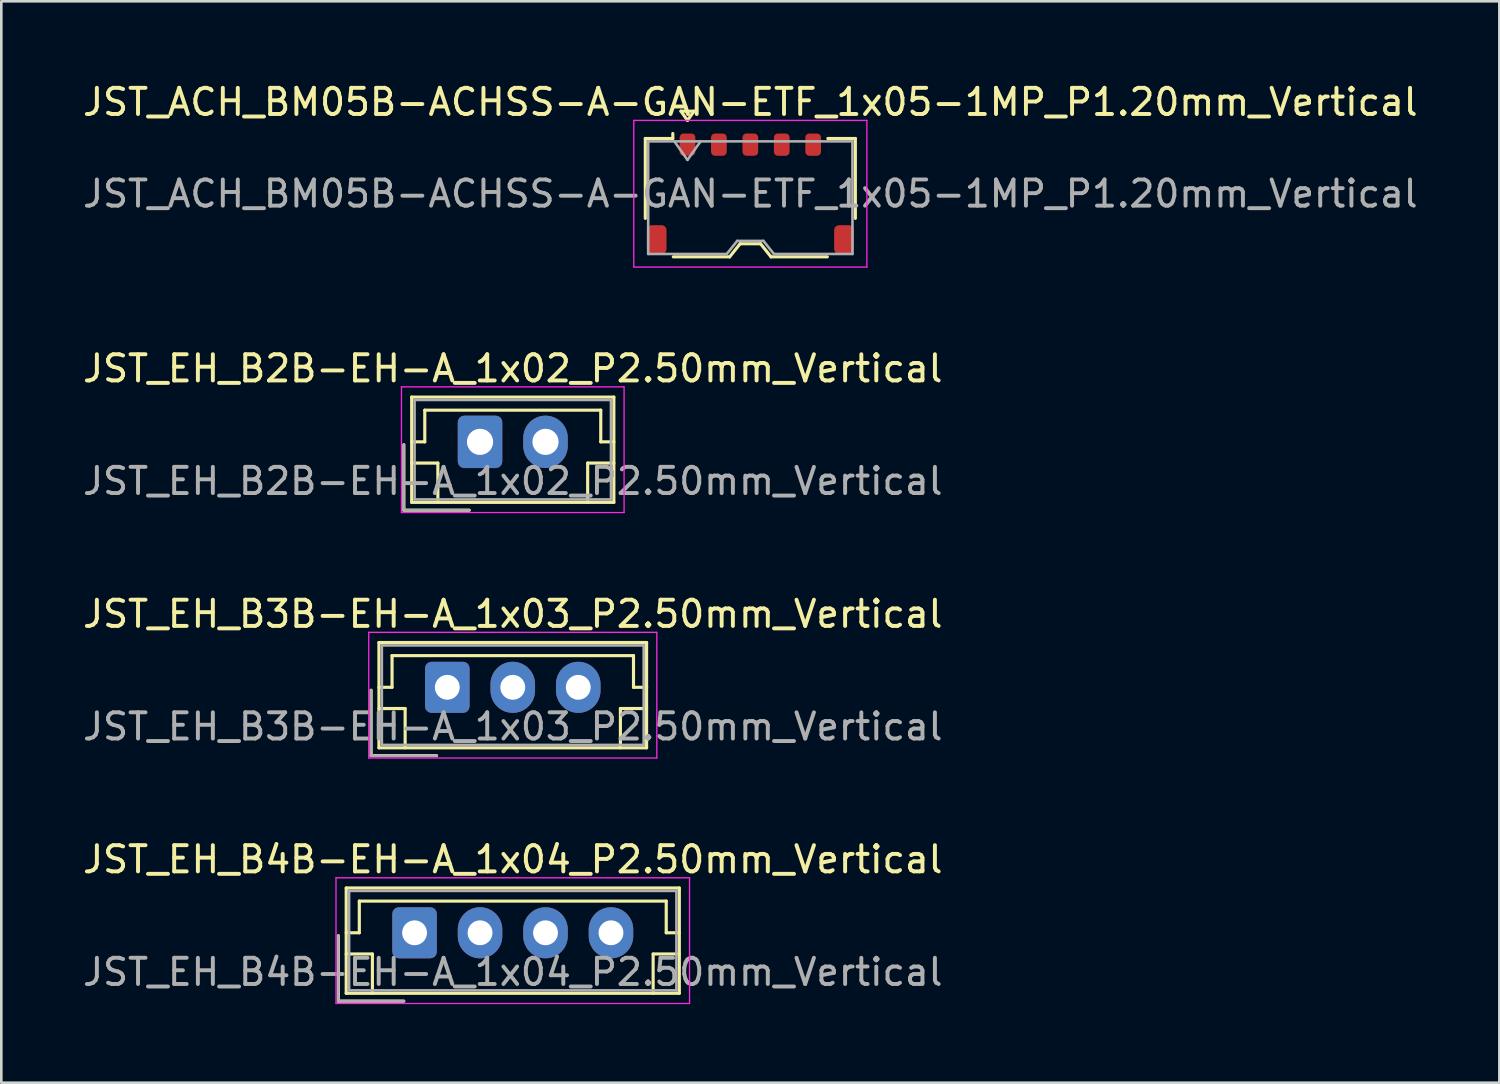
<source format=kicad_pcb>
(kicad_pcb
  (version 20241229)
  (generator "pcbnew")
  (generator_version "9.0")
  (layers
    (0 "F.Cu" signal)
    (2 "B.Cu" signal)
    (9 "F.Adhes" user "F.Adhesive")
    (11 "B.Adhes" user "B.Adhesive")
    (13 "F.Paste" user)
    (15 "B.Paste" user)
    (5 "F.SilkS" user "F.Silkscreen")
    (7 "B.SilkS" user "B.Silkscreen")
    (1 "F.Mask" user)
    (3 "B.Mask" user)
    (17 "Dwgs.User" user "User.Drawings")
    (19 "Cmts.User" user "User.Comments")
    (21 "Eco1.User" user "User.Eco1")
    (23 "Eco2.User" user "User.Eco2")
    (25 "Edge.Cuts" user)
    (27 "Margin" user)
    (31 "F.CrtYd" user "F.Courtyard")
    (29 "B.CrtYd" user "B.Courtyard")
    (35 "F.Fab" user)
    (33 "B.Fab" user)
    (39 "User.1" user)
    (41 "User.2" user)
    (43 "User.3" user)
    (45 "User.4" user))
  (footprint "JST_EH_B2B-EH-A_1x02_P2.50mm_Vertical"
    (layer "F.Cu")
    (at 15.28 13.822)
    (property "Reference" "JST_EH_B2B-EH-A_1x02_P2.50mm_Vertical" (at 1.25 -2.8 0) (layer "F.SilkS") (effects (font (size 1 1) (thickness 0.15))))
    (attr through_hole)
    (fp_line (start -2.91 0.11) (end -2.91 2.61) (stroke (width 0.12) (type solid)) (layer "F.SilkS"))
    (fp_line (start -2.91 2.61) (end -0.41 2.61) (stroke (width 0.12) (type solid)) (layer "F.SilkS"))
    (fp_line (start -2.61 -1.71) (end -2.61 2.31) (stroke (width 0.12) (type solid)) (layer "F.SilkS"))
    (fp_line (start -2.61 0) (end -2.11 0) (stroke (width 0.12) (type solid)) (layer "F.SilkS"))
    (fp_line (start -2.61 0.81) (end -1.61 0.81) (stroke (width 0.12) (type solid)) (layer "F.SilkS"))
    (fp_line (start -2.61 2.31) (end 5.11 2.31) (stroke (width 0.12) (type solid)) (layer "F.SilkS"))
    (fp_line (start -2.11 -1.21) (end 4.61 -1.21) (stroke (width 0.12) (type solid)) (layer "F.SilkS"))
    (fp_line (start -2.11 0) (end -2.11 -1.21) (stroke (width 0.12) (type solid)) (layer "F.SilkS"))
    (fp_line (start -1.61 0.81) (end -1.61 2.31) (stroke (width 0.12) (type solid)) (layer "F.SilkS"))
    (fp_line (start 4.11 0.81) (end 4.11 2.31) (stroke (width 0.12) (type solid)) (layer "F.SilkS"))
    (fp_line (start 4.61 -1.21) (end 4.61 0) (stroke (width 0.12) (type solid)) (layer "F.SilkS"))
    (fp_line (start 4.61 0) (end 5.11 0) (stroke (width 0.12) (type solid)) (layer "F.SilkS"))
    (fp_line (start 5.11 -1.71) (end -2.61 -1.71) (stroke (width 0.12) (type solid)) (layer "F.SilkS"))
    (fp_line (start 5.11 0.81) (end 4.11 0.81) (stroke (width 0.12) (type solid)) (layer "F.SilkS"))
    (fp_line (start 5.11 2.31) (end 5.11 -1.71) (stroke (width 0.12) (type solid)) (layer "F.SilkS"))
    (fp_line (start -3 -2.1) (end -3 2.7) (stroke (width 0.05) (type solid)) (layer "F.CrtYd"))
    (fp_line (start -3 2.7) (end 5.5 2.7) (stroke (width 0.05) (type solid)) (layer "F.CrtYd"))
    (fp_line (start 5.5 -2.1) (end -3 -2.1) (stroke (width 0.05) (type solid)) (layer "F.CrtYd"))
    (fp_line (start 5.5 2.7) (end 5.5 -2.1) (stroke (width 0.05) (type solid)) (layer "F.CrtYd"))
    (fp_line (start -2.91 0.11) (end -2.91 2.61) (stroke (width 0.1) (type solid)) (layer "F.Fab"))
    (fp_line (start -2.91 2.61) (end -0.41 2.61) (stroke (width 0.1) (type solid)) (layer "F.Fab"))
    (fp_line (start -2.5 -1.6) (end -2.5 2.2) (stroke (width 0.1) (type solid)) (layer "F.Fab"))
    (fp_line (start -2.5 2.2) (end 5 2.2) (stroke (width 0.1) (type solid)) (layer "F.Fab"))
    (fp_line (start 5 -1.6) (end -2.5 -1.6) (stroke (width 0.1) (type solid)) (layer "F.Fab"))
    (fp_line (start 5 2.2) (end 5 -1.6) (stroke (width 0.1) (type solid)) (layer "F.Fab"))
    (fp_text user "${REFERENCE}" (at 1.25 1.5 0) (layer "F.Fab") (effects (font (size 1 1) (thickness 0.15))))
    (pad "1" thru_hole roundrect (at 0 0) (size 1.7 2) (drill 1) (layers "*.Cu" "*.Mask") (roundrect_rratio 0.147))
    (pad "2" thru_hole oval (at 2.5 0) (size 1.7 2) (drill 1) (layers "*.Cu" "*.Mask")))
  (footprint "JST_ACH_BM05B-ACHSS-A-GAN-ETF_1x05-1MP_P1.20mm_Vertical"
    (layer "F.Cu")
    (at 25.601 4.348)
    (property "Reference" "JST_ACH_BM05B-ACHSS-A-GAN-ETF_1x05-1MP_P1.20mm_Vertical" (at 0 -3.5 0) (layer "F.SilkS") (effects (font (size 1 1) (thickness 0.15))))
    (attr smd)
    (fp_line (start -4.01 -2.11) (end -2.96 -2.11) (stroke (width 0.12) (type solid)) (layer "F.SilkS"))
    (fp_line (start -4.01 0.94) (end -4.01 -2.11) (stroke (width 0.12) (type solid)) (layer "F.SilkS"))
    (fp_line (start -2.96 -2.11) (end -2.96 -2.3) (stroke (width 0.12) (type solid)) (layer "F.SilkS"))
    (fp_line (start -2.94 2.41) (end -0.79 2.41) (stroke (width 0.12) (type solid)) (layer "F.SilkS"))
    (fp_line (start -2.65 -3.154) (end -2.4 -2.8) (stroke (width 0.12) (type solid)) (layer "F.SilkS"))
    (fp_line (start -2.4 -2.8) (end -2.15 -3.154) (stroke (width 0.12) (type solid)) (layer "F.SilkS"))
    (fp_line (start -2.15 -3.154) (end -2.65 -3.154) (stroke (width 0.12) (type solid)) (layer "F.SilkS"))
    (fp_line (start -0.79 2.41) (end -0.39 1.91) (stroke (width 0.12) (type solid)) (layer "F.SilkS"))
    (fp_line (start -0.39 1.91) (end 0.39 1.91) (stroke (width 0.12) (type solid)) (layer "F.SilkS"))
    (fp_line (start 0.39 1.91) (end 0.79 2.41) (stroke (width 0.12) (type solid)) (layer "F.SilkS"))
    (fp_line (start 0.79 2.41) (end 2.94 2.41) (stroke (width 0.12) (type solid)) (layer "F.SilkS"))
    (fp_line (start 4.01 -2.11) (end 2.96 -2.11) (stroke (width 0.12) (type solid)) (layer "F.SilkS"))
    (fp_line (start 4.01 0.94) (end 4.01 -2.11) (stroke (width 0.12) (type solid)) (layer "F.SilkS"))
    (fp_line (start -4.45 -2.8) (end -4.45 2.8) (stroke (width 0.05) (type solid)) (layer "F.CrtYd"))
    (fp_line (start -4.45 2.8) (end 4.45 2.8) (stroke (width 0.05) (type solid)) (layer "F.CrtYd"))
    (fp_line (start 4.45 -2.8) (end -4.45 -2.8) (stroke (width 0.05) (type solid)) (layer "F.CrtYd"))
    (fp_line (start 4.45 2.8) (end 4.45 -2.8) (stroke (width 0.05) (type solid)) (layer "F.CrtYd"))
    (fp_line (start -3.9 -2) (end -3.9 2.3) (stroke (width 0.1) (type solid)) (layer "F.Fab"))
    (fp_line (start -3.9 -2) (end 3.9 -2) (stroke (width 0.1) (type solid)) (layer "F.Fab"))
    (fp_line (start -3.9 2.3) (end -0.9 2.3) (stroke (width 0.1) (type solid)) (layer "F.Fab"))
    (fp_line (start -2.9 -2) (end -2.4 -1.293) (stroke (width 0.1) (type solid)) (layer "F.Fab"))
    (fp_line (start -2.4 -1.293) (end -1.9 -2) (stroke (width 0.1) (type solid)) (layer "F.Fab"))
    (fp_line (start -0.9 2.3) (end -0.5 1.8) (stroke (width 0.1) (type solid)) (layer "F.Fab"))
    (fp_line (start -0.5 1.8) (end 0.5 1.8) (stroke (width 0.1) (type solid)) (layer "F.Fab"))
    (fp_line (start 0.5 1.8) (end 0.9 2.3) (stroke (width 0.1) (type solid)) (layer "F.Fab"))
    (fp_line (start 0.9 2.3) (end 3.9 2.3) (stroke (width 0.1) (type solid)) (layer "F.Fab"))
    (fp_line (start 3.9 -2) (end 3.9 2.3) (stroke (width 0.1) (type solid)) (layer "F.Fab"))
    (fp_text user "${REFERENCE}" (at 0 0 0) (layer "F.Fab") (effects (font (size 1 1) (thickness 0.15))))
    (pad "1" smd roundrect (at -2.4 -1.875) (size 0.6 0.85) (layers "F.Cu" "F.Mask" "F.Paste") (roundrect_rratio 0.25))
    (pad "2" smd roundrect (at -1.2 -1.875) (size 0.6 0.85) (layers "F.Cu" "F.Mask" "F.Paste") (roundrect_rratio 0.25))
    (pad "3" smd roundrect (at 0 -1.875) (size 0.6 0.85) (layers "F.Cu" "F.Mask" "F.Paste") (roundrect_rratio 0.25))
    (pad "4" smd roundrect (at 1.2 -1.875) (size 0.6 0.85) (layers "F.Cu" "F.Mask" "F.Paste") (roundrect_rratio 0.25))
    (pad "5" smd roundrect (at 2.4 -1.875) (size 0.6 0.85) (layers "F.Cu" "F.Mask" "F.Paste") (roundrect_rratio 0.25))
    (pad "MP" smd roundrect (at -3.575 1.75) (size 0.75 1.1) (layers "F.Cu" "F.Mask" "F.Paste") (roundrect_rratio 0.25))
    (pad "MP" smd roundrect (at 3.575 1.75) (size 0.75 1.1) (layers "F.Cu" "F.Mask" "F.Paste") (roundrect_rratio 0.25)))
  (footprint "JST_EH_B3B-EH-A_1x03_P2.50mm_Vertical"
    (layer "F.Cu")
    (at 14.03 23.195)
    (property "Reference" "JST_EH_B3B-EH-A_1x03_P2.50mm_Vertical" (at 2.5 -2.8 0) (layer "F.SilkS") (effects (font (size 1 1) (thickness 0.15))))
    (attr through_hole)
    (fp_line (start -2.91 0.11) (end -2.91 2.61) (stroke (width 0.12) (type solid)) (layer "F.SilkS"))
    (fp_line (start -2.91 2.61) (end -0.41 2.61) (stroke (width 0.12) (type solid)) (layer "F.SilkS"))
    (fp_line (start -2.61 -1.71) (end -2.61 2.31) (stroke (width 0.12) (type solid)) (layer "F.SilkS"))
    (fp_line (start -2.61 0) (end -2.11 0) (stroke (width 0.12) (type solid)) (layer "F.SilkS"))
    (fp_line (start -2.61 0.81) (end -1.61 0.81) (stroke (width 0.12) (type solid)) (layer "F.SilkS"))
    (fp_line (start -2.61 2.31) (end 7.61 2.31) (stroke (width 0.12) (type solid)) (layer "F.SilkS"))
    (fp_line (start -2.11 -1.21) (end 7.11 -1.21) (stroke (width 0.12) (type solid)) (layer "F.SilkS"))
    (fp_line (start -2.11 0) (end -2.11 -1.21) (stroke (width 0.12) (type solid)) (layer "F.SilkS"))
    (fp_line (start -1.61 0.81) (end -1.61 2.31) (stroke (width 0.12) (type solid)) (layer "F.SilkS"))
    (fp_line (start 6.61 0.81) (end 6.61 2.31) (stroke (width 0.12) (type solid)) (layer "F.SilkS"))
    (fp_line (start 7.11 -1.21) (end 7.11 0) (stroke (width 0.12) (type solid)) (layer "F.SilkS"))
    (fp_line (start 7.11 0) (end 7.61 0) (stroke (width 0.12) (type solid)) (layer "F.SilkS"))
    (fp_line (start 7.61 -1.71) (end -2.61 -1.71) (stroke (width 0.12) (type solid)) (layer "F.SilkS"))
    (fp_line (start 7.61 0.81) (end 6.61 0.81) (stroke (width 0.12) (type solid)) (layer "F.SilkS"))
    (fp_line (start 7.61 2.31) (end 7.61 -1.71) (stroke (width 0.12) (type solid)) (layer "F.SilkS"))
    (fp_line (start -3 -2.1) (end -3 2.7) (stroke (width 0.05) (type solid)) (layer "F.CrtYd"))
    (fp_line (start -3 2.7) (end 8 2.7) (stroke (width 0.05) (type solid)) (layer "F.CrtYd"))
    (fp_line (start 8 -2.1) (end -3 -2.1) (stroke (width 0.05) (type solid)) (layer "F.CrtYd"))
    (fp_line (start 8 2.7) (end 8 -2.1) (stroke (width 0.05) (type solid)) (layer "F.CrtYd"))
    (fp_line (start -2.91 0.11) (end -2.91 2.61) (stroke (width 0.1) (type solid)) (layer "F.Fab"))
    (fp_line (start -2.91 2.61) (end -0.41 2.61) (stroke (width 0.1) (type solid)) (layer "F.Fab"))
    (fp_line (start -2.5 -1.6) (end -2.5 2.2) (stroke (width 0.1) (type solid)) (layer "F.Fab"))
    (fp_line (start -2.5 2.2) (end 7.5 2.2) (stroke (width 0.1) (type solid)) (layer "F.Fab"))
    (fp_line (start 7.5 -1.6) (end -2.5 -1.6) (stroke (width 0.1) (type solid)) (layer "F.Fab"))
    (fp_line (start 7.5 2.2) (end 7.5 -1.6) (stroke (width 0.1) (type solid)) (layer "F.Fab"))
    (fp_text user "${REFERENCE}" (at 2.5 1.5 0) (layer "F.Fab") (effects (font (size 1 1) (thickness 0.15))))
    (pad "1" thru_hole roundrect (at 0 0) (size 1.7 1.95) (drill 0.95) (layers "*.Cu" "*.Mask") (roundrect_rratio 0.147))
    (pad "2" thru_hole oval (at 2.5 0) (size 1.7 1.95) (drill 0.95) (layers "*.Cu" "*.Mask"))
    (pad "3" thru_hole oval (at 5 0) (size 1.7 1.95) (drill 0.95) (layers "*.Cu" "*.Mask")))
  (footprint "JST_EH_B4B-EH-A_1x04_P2.50mm_Vertical"
    (layer "F.Cu")
    (at 12.78 32.568)
    (property "Reference" "JST_EH_B4B-EH-A_1x04_P2.50mm_Vertical" (at 3.75 -2.8 0) (layer "F.SilkS") (effects (font (size 1 1) (thickness 0.15))))
    (attr through_hole)
    (fp_line (start -2.91 0.11) (end -2.91 2.61) (stroke (width 0.12) (type solid)) (layer "F.SilkS"))
    (fp_line (start -2.91 2.61) (end -0.41 2.61) (stroke (width 0.12) (type solid)) (layer "F.SilkS"))
    (fp_line (start -2.61 -1.71) (end -2.61 2.31) (stroke (width 0.12) (type solid)) (layer "F.SilkS"))
    (fp_line (start -2.61 0) (end -2.11 0) (stroke (width 0.12) (type solid)) (layer "F.SilkS"))
    (fp_line (start -2.61 0.81) (end -1.61 0.81) (stroke (width 0.12) (type solid)) (layer "F.SilkS"))
    (fp_line (start -2.61 2.31) (end 10.11 2.31) (stroke (width 0.12) (type solid)) (layer "F.SilkS"))
    (fp_line (start -2.11 -1.21) (end 9.61 -1.21) (stroke (width 0.12) (type solid)) (layer "F.SilkS"))
    (fp_line (start -2.11 0) (end -2.11 -1.21) (stroke (width 0.12) (type solid)) (layer "F.SilkS"))
    (fp_line (start -1.61 0.81) (end -1.61 2.31) (stroke (width 0.12) (type solid)) (layer "F.SilkS"))
    (fp_line (start 9.11 0.81) (end 9.11 2.31) (stroke (width 0.12) (type solid)) (layer "F.SilkS"))
    (fp_line (start 9.61 -1.21) (end 9.61 0) (stroke (width 0.12) (type solid)) (layer "F.SilkS"))
    (fp_line (start 9.61 0) (end 10.11 0) (stroke (width 0.12) (type solid)) (layer "F.SilkS"))
    (fp_line (start 10.11 -1.71) (end -2.61 -1.71) (stroke (width 0.12) (type solid)) (layer "F.SilkS"))
    (fp_line (start 10.11 0.81) (end 9.11 0.81) (stroke (width 0.12) (type solid)) (layer "F.SilkS"))
    (fp_line (start 10.11 2.31) (end 10.11 -1.71) (stroke (width 0.12) (type solid)) (layer "F.SilkS"))
    (fp_line (start -3 -2.1) (end -3 2.7) (stroke (width 0.05) (type solid)) (layer "F.CrtYd"))
    (fp_line (start -3 2.7) (end 10.5 2.7) (stroke (width 0.05) (type solid)) (layer "F.CrtYd"))
    (fp_line (start 10.5 -2.1) (end -3 -2.1) (stroke (width 0.05) (type solid)) (layer "F.CrtYd"))
    (fp_line (start 10.5 2.7) (end 10.5 -2.1) (stroke (width 0.05) (type solid)) (layer "F.CrtYd"))
    (fp_line (start -2.91 0.11) (end -2.91 2.61) (stroke (width 0.1) (type solid)) (layer "F.Fab"))
    (fp_line (start -2.91 2.61) (end -0.41 2.61) (stroke (width 0.1) (type solid)) (layer "F.Fab"))
    (fp_line (start -2.5 -1.6) (end -2.5 2.2) (stroke (width 0.1) (type solid)) (layer "F.Fab"))
    (fp_line (start -2.5 2.2) (end 10 2.2) (stroke (width 0.1) (type solid)) (layer "F.Fab"))
    (fp_line (start 10 -1.6) (end -2.5 -1.6) (stroke (width 0.1) (type solid)) (layer "F.Fab"))
    (fp_line (start 10 2.2) (end 10 -1.6) (stroke (width 0.1) (type solid)) (layer "F.Fab"))
    (fp_text user "${REFERENCE}" (at 3.75 1.5 0) (layer "F.Fab") (effects (font (size 1 1) (thickness 0.15))))
    (pad "1" thru_hole roundrect (at 0 0) (size 1.7 1.95) (drill 0.95) (layers "*.Cu" "*.Mask") (roundrect_rratio 0.147))
    (pad "2" thru_hole oval (at 2.5 0) (size 1.7 1.95) (drill 0.95) (layers "*.Cu" "*.Mask"))
    (pad "3" thru_hole oval (at 5 0) (size 1.7 1.95) (drill 0.95) (layers "*.Cu" "*.Mask"))
    (pad "4" thru_hole oval (at 7.5 0) (size 1.7 1.95) (drill 0.95) (layers "*.Cu" "*.Mask")))
  (gr_rect
    (start -3 -3)
    (end 54.202 38.293)
    (stroke (width 0.1) (type default))
    (fill no)
    (layer "Edge.Cuts")))
</source>
